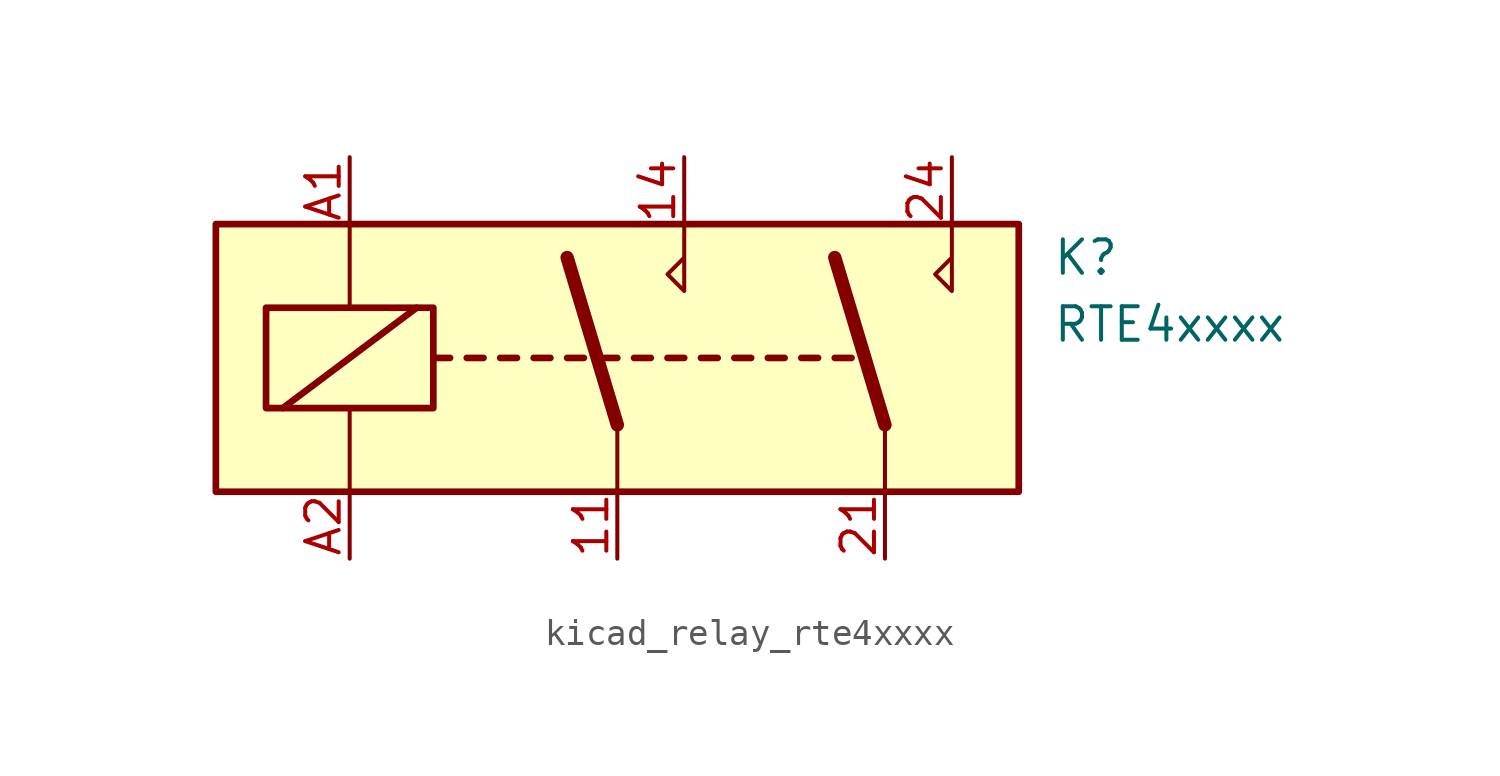
<source format=kicad_sym>
(kicad_symbol_lib
  (version 20220914)
  (generator kicad_symbol_editor)
  (symbol "kicad_relay_rte4xxxx"
    (property "Reference" "K"
      (at 16.51 3.81 0)
      (effects (font (size 1.27 1.27)) (justify left)))
    (property "Value" "RTE4xxxx"
      (at 16.51 1.27 0)
      (effects (font (size 1.27 1.27)) (justify left)))
    (symbol "kicad_relay_rte4xxxx_0_1"
      (rectangle (start -15.24 5.08) (end 15.24 -5.08) (stroke (width 0.254) (type default)) (fill (type background)))
      (rectangle (start -13.335 1.905) (end -6.985 -1.905) (stroke (width 0.254) (type default)) (fill (type none)))
      (polyline (pts (xy -12.7 -1.905) (xy -7.62 1.905)) (stroke (width 0.254) (type default)) (fill (type none)))
      (polyline (pts (xy -10.16 -5.08) (xy -10.16 -1.905)) (stroke (width 0) (type default)) (fill (type none)))
      (polyline (pts (xy -10.16 5.08) (xy -10.16 1.905)) (stroke (width 0) (type default)) (fill (type none)))
      (polyline (pts (xy -6.985 0) (xy -6.35 0)) (stroke (width 0.254) (type default)) (fill (type none)))
      (polyline (pts (xy -5.715 0) (xy -5.08 0)) (stroke (width 0.254) (type default)) (fill (type none)))
      (polyline (pts (xy -4.445 0) (xy -3.81 0)) (stroke (width 0.254) (type default)) (fill (type none)))
      (polyline (pts (xy -3.175 0) (xy -2.54 0)) (stroke (width 0.254) (type default)) (fill (type none)))
      (polyline (pts (xy -1.905 0) (xy -1.27 0)) (stroke (width 0.254) (type default)) (fill (type none)))
      (polyline (pts (xy -0.635 0) (xy 0 0)) (stroke (width 0.254) (type default)) (fill (type none)))
      (polyline (pts (xy 0 -2.54) (xy -1.905 3.81)) (stroke (width 0.508) (type default)) (fill (type none)))
      (polyline (pts (xy 0 -2.54) (xy 0 -5.08)) (stroke (width 0) (type default)) (fill (type none)))
      (polyline (pts (xy 0.635 0) (xy 1.27 0)) (stroke (width 0.254) (type default)) (fill (type none)))
      (polyline (pts (xy 1.905 0) (xy 2.54 0)) (stroke (width 0.254) (type default)) (fill (type none)))
      (polyline (pts (xy 3.175 0) (xy 3.81 0)) (stroke (width 0.254) (type default)) (fill (type none)))
      (polyline (pts (xy 4.445 0) (xy 5.08 0)) (stroke (width 0.254) (type default)) (fill (type none)))
      (polyline (pts (xy 5.715 0) (xy 6.35 0)) (stroke (width 0.254) (type default)) (fill (type none)))
      (polyline (pts (xy 6.985 0) (xy 7.62 0)) (stroke (width 0.254) (type default)) (fill (type none)))
      (polyline (pts (xy 8.255 0) (xy 8.89 0)) (stroke (width 0.254) (type default)) (fill (type none)))
      (polyline (pts (xy 10.16 -2.54) (xy 8.255 3.81)) (stroke (width 0.508) (type default)) (fill (type none)))
      (polyline (pts (xy 10.16 -2.54) (xy 10.16 -5.08)) (stroke (width 0) (type default)) (fill (type none)))
      (polyline (pts (xy 2.54 5.08) (xy 2.54 2.54) (xy 1.905 3.175) (xy 2.54 3.81)) (stroke (width 0) (type default)) (fill (type none)))
      (polyline (pts (xy 12.7 5.08) (xy 12.7 2.54) (xy 12.065 3.175) (xy 12.7 3.81)) (stroke (width 0) (type default)) (fill (type none))))
    (symbol "kicad_relay_rte4xxxx_1_1"
      (pin passive line (at 0 -7.62 90) (length 2.54) (name "~" (effects (font (size 1.27 1.27)))) (number "11" (effects (font (size 1.27 1.27)))))
      (pin passive line (at 2.54 7.62 270) (length 2.54) (name "~" (effects (font (size 1.27 1.27)))) (number "14" (effects (font (size 1.27 1.27)))))
      (pin passive line (at 10.16 -7.62 90) (length 2.54) (name "~" (effects (font (size 1.27 1.27)))) (number "21" (effects (font (size 1.27 1.27)))))
      (pin passive line (at 12.7 7.62 270) (length 2.54) (name "~" (effects (font (size 1.27 1.27)))) (number "24" (effects (font (size 1.27 1.27)))))
      (pin passive line (at -10.16 7.62 270) (length 2.54) (name "~" (effects (font (size 1.27 1.27)))) (number "A1" (effects (font (size 1.27 1.27)))))
      (pin passive line (at -10.16 -7.62 90) (length 2.54) (name "~" (effects (font (size 1.27 1.27)))) (number "A2" (effects (font (size 1.27 1.27))))))))
</source>
